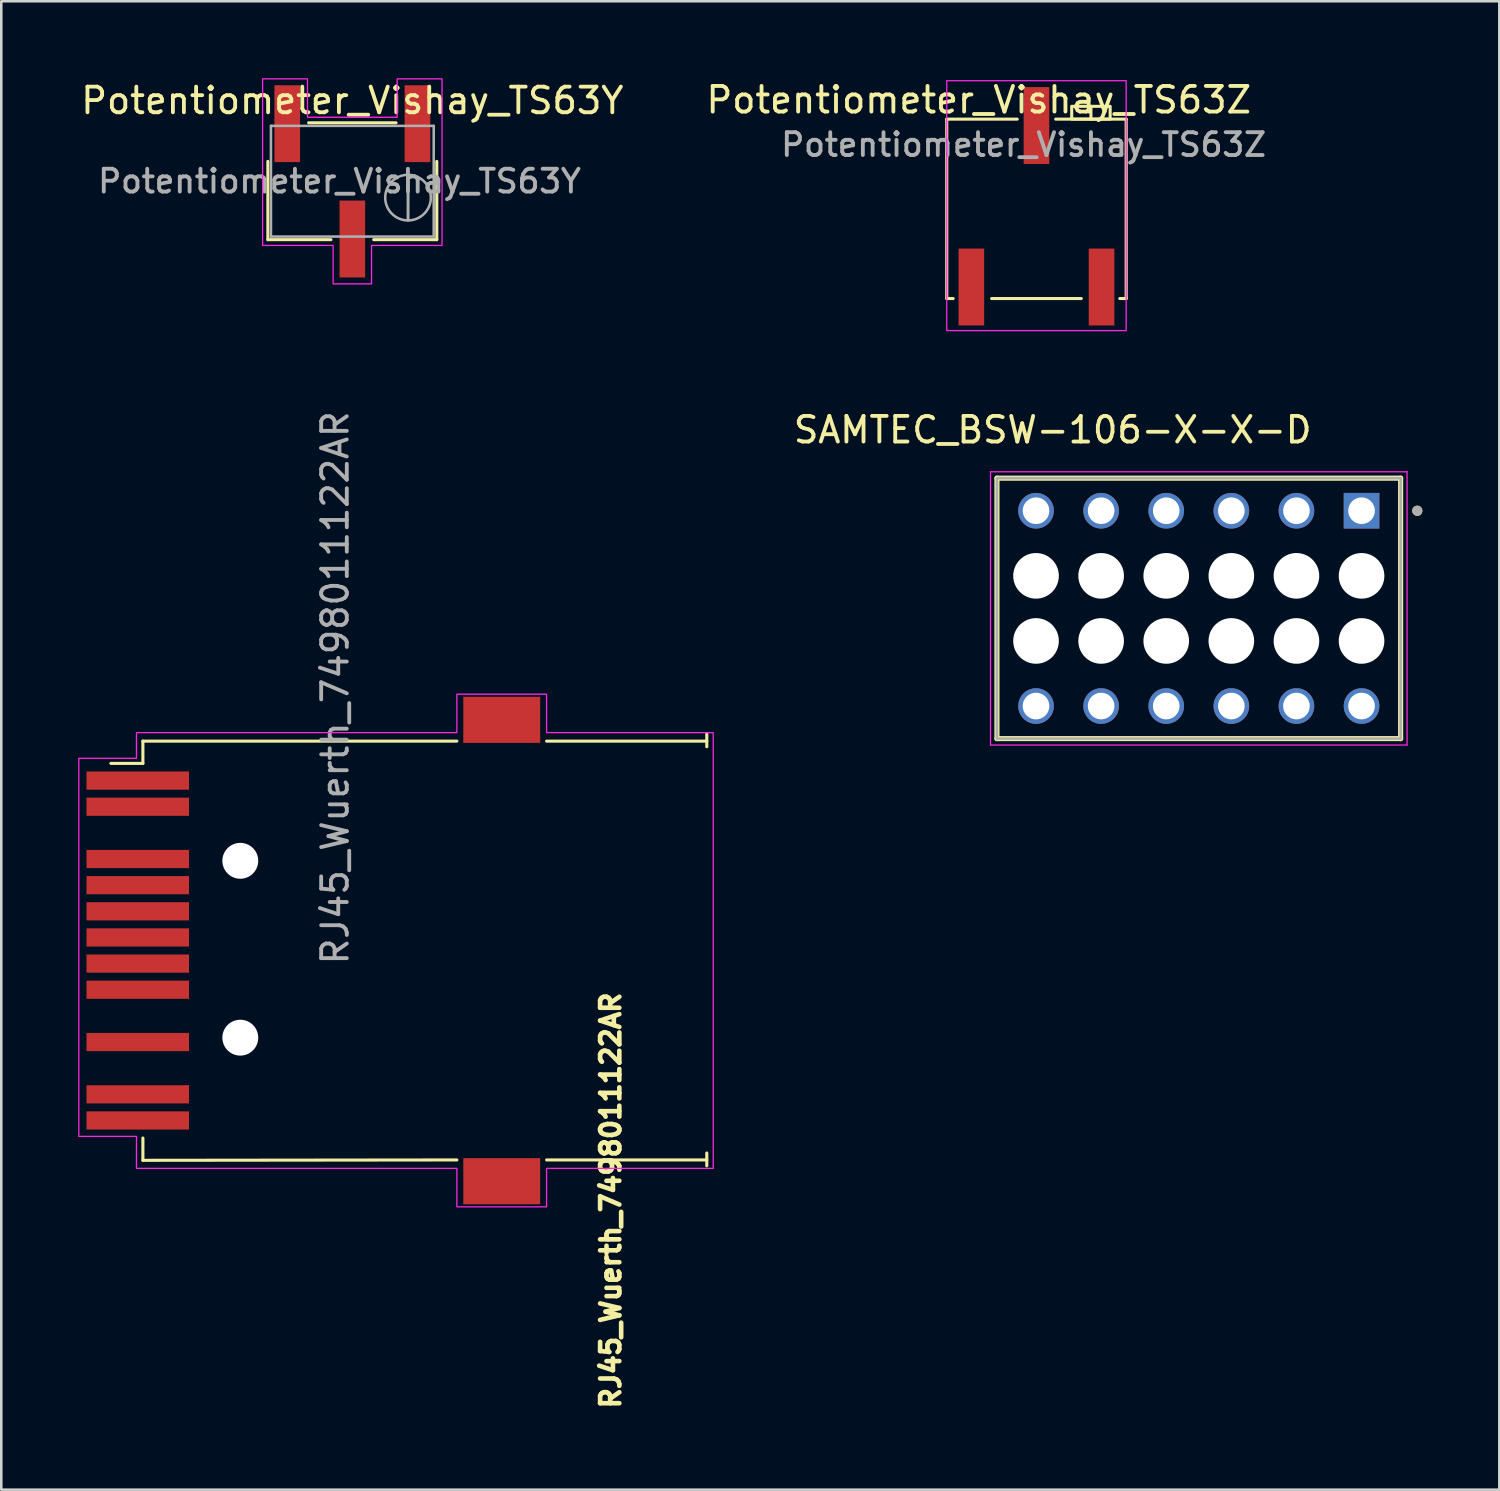
<source format=kicad_pcb>
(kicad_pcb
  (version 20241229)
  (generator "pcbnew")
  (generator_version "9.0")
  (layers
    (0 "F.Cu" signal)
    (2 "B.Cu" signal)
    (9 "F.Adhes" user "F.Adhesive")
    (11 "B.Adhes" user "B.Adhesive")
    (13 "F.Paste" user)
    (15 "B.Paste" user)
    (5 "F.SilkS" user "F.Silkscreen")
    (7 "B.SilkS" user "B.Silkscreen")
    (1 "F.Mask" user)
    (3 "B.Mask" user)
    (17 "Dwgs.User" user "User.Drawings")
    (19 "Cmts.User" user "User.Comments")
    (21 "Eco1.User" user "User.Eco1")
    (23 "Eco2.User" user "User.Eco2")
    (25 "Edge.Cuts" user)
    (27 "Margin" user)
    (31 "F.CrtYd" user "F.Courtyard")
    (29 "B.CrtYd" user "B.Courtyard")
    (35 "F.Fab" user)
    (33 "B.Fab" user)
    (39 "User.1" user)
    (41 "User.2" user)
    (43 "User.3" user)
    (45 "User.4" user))
  (footprint "SAMTEC_BSW-106-X-X-D"
    (layer "F.Cu")
    (at 43.72 20.686)
    (property "Reference" "SAMTEC_BSW-106-X-X-D" (at -5.7 -6.965 0) (layer "F.SilkS") (effects (font (size 1 1) (thickness 0.15))))
    (attr through_hole)
    (fp_line (start -7.875 -5.08) (end 7.875 -5.08) (stroke (width 0.2) (type solid)) (layer "F.SilkS"))
    (fp_line (start -7.875 5.08) (end -7.875 -5.08) (stroke (width 0.2) (type solid)) (layer "F.SilkS"))
    (fp_line (start 7.875 -5.08) (end 7.875 5.08) (stroke (width 0.2) (type solid)) (layer "F.SilkS"))
    (fp_line (start 7.875 5.08) (end -7.875 5.08) (stroke (width 0.2) (type solid)) (layer "F.SilkS"))
    (fp_circle (center 8.525 -3.81) (end 8.625 -3.81) (stroke (width 0.2) (type solid)) (fill no) (layer "F.SilkS"))
    (fp_line (start -8.125 -5.33) (end 8.125 -5.33) (stroke (width 0.05) (type solid)) (layer "F.CrtYd"))
    (fp_line (start -8.125 5.33) (end -8.125 -5.33) (stroke (width 0.05) (type solid)) (layer "F.CrtYd"))
    (fp_line (start 8.125 -5.33) (end 8.125 5.33) (stroke (width 0.05) (type solid)) (layer "F.CrtYd"))
    (fp_line (start 8.125 5.33) (end -8.125 5.33) (stroke (width 0.05) (type solid)) (layer "F.CrtYd"))
    (fp_line (start -7.875 -5.08) (end -7.875 5.08) (stroke (width 0.1) (type solid)) (layer "F.Fab"))
    (fp_line (start -7.875 5.08) (end 7.875 5.08) (stroke (width 0.1) (type solid)) (layer "F.Fab"))
    (fp_line (start 7.875 -5.08) (end -7.875 -5.08) (stroke (width 0.1) (type solid)) (layer "F.Fab"))
    (fp_line (start 7.875 5.08) (end 7.875 -5.08) (stroke (width 0.1) (type solid)) (layer "F.Fab"))
    (fp_circle (center 8.525 -3.81) (end 8.625 -3.81) (stroke (width 0.2) (type solid)) (fill no) (layer "F.Fab"))
    (pad "" np_thru_hole circle (at -6.35 -1.27) (size 1.78 1.78) (drill 1.78) (layers "*.Cu" "*.Mask"))
    (pad "" np_thru_hole circle (at -6.35 1.27) (size 1.78 1.78) (drill 1.78) (layers "*.Cu" "*.Mask"))
    (pad "" np_thru_hole circle (at -3.81 -1.27) (size 1.78 1.78) (drill 1.78) (layers "*.Cu" "*.Mask"))
    (pad "" np_thru_hole circle (at -3.81 1.27) (size 1.78 1.78) (drill 1.78) (layers "*.Cu" "*.Mask"))
    (pad "" np_thru_hole circle (at -1.27 -1.27) (size 1.78 1.78) (drill 1.78) (layers "*.Cu" "*.Mask"))
    (pad "" np_thru_hole circle (at -1.27 1.27) (size 1.78 1.78) (drill 1.78) (layers "*.Cu" "*.Mask"))
    (pad "" np_thru_hole circle (at 1.27 -1.27) (size 1.78 1.78) (drill 1.78) (layers "*.Cu" "*.Mask"))
    (pad "" np_thru_hole circle (at 1.27 1.27) (size 1.78 1.78) (drill 1.78) (layers "*.Cu" "*.Mask"))
    (pad "" np_thru_hole circle (at 3.81 -1.27) (size 1.78 1.78) (drill 1.78) (layers "*.Cu" "*.Mask"))
    (pad "" np_thru_hole circle (at 3.81 1.27) (size 1.78 1.78) (drill 1.78) (layers "*.Cu" "*.Mask"))
    (pad "" np_thru_hole circle (at 6.35 -1.27) (size 1.78 1.78) (drill 1.78) (layers "*.Cu" "*.Mask"))
    (pad "" np_thru_hole circle (at 6.35 1.27) (size 1.78 1.78) (drill 1.78) (layers "*.Cu" "*.Mask"))
    (pad "01" thru_hole rect (at 6.35 -3.81) (size 1.39 1.39) (drill 1.04) (layers "*.Cu" "*.Mask"))
    (pad "02" thru_hole circle (at 6.35 3.81) (size 1.39 1.39) (drill 1.04) (layers "*.Cu" "*.Mask"))
    (pad "03" thru_hole circle (at 3.81 -3.81) (size 1.39 1.39) (drill 1.04) (layers "*.Cu" "*.Mask"))
    (pad "04" thru_hole circle (at 3.81 3.81) (size 1.39 1.39) (drill 1.04) (layers "*.Cu" "*.Mask"))
    (pad "05" thru_hole circle (at 1.27 -3.81) (size 1.39 1.39) (drill 1.04) (layers "*.Cu" "*.Mask"))
    (pad "06" thru_hole circle (at 1.27 3.81) (size 1.39 1.39) (drill 1.04) (layers "*.Cu" "*.Mask"))
    (pad "07" thru_hole circle (at -1.27 -3.81) (size 1.39 1.39) (drill 1.04) (layers "*.Cu" "*.Mask"))
    (pad "08" thru_hole circle (at -1.27 3.81) (size 1.39 1.39) (drill 1.04) (layers "*.Cu" "*.Mask"))
    (pad "09" thru_hole circle (at -3.81 -3.81) (size 1.39 1.39) (drill 1.04) (layers "*.Cu" "*.Mask"))
    (pad "10" thru_hole circle (at -3.81 3.81) (size 1.39 1.39) (drill 1.04) (layers "*.Cu" "*.Mask"))
    (pad "11" thru_hole circle (at -6.35 -3.81) (size 1.39 1.39) (drill 1.04) (layers "*.Cu" "*.Mask"))
    (pad "12" thru_hole circle (at -6.35 3.81) (size 1.39 1.39) (drill 1.04) (layers "*.Cu" "*.Mask")))
  (footprint "Potentiometer_Vishay_TS63Y"
    (layer "F.Cu")
    (at 10.696 4.025)
    (property "Reference" "Potentiometer_Vishay_TS63Y" (at 0 -3.15 0) (layer "F.SilkS") (effects (font (size 1 1) (thickness 0.15))))
    (attr smd)
    (fp_line (start -3.295 -0.779) (end -3.295 2.275) (stroke (width 0.12) (type solid)) (layer "F.SilkS"))
    (fp_line (start -3.295 2.275) (end -0.835 2.275) (stroke (width 0.12) (type solid)) (layer "F.SilkS"))
    (fp_line (start -1.705 -2.285) (end 1.705 -2.285) (stroke (width 0.12) (type solid)) (layer "F.SilkS"))
    (fp_line (start 0.835 2.275) (end 3.295 2.275) (stroke (width 0.12) (type solid)) (layer "F.SilkS"))
    (fp_line (start 3.295 -0.779) (end 3.295 2.275) (stroke (width 0.12) (type solid)) (layer "F.SilkS"))
    (fp_poly (pts (xy -3.5 2.5) (xy -0.75 2.5) (xy -0.75 4) (xy 0.75 4) (xy 0.75 2.5) (xy 3.5 2.5) (xy 3.5 -4) (xy 1.75 -4) (xy 1.75 -2.5) (xy -1.75 -2.5) (xy -1.75 -4) (xy -3.5 -4)) (stroke (width 0.05) (type solid)) (fill no) (layer "F.CrtYd"))
    (fp_line (start -3.175 -2.165) (end -3.175 2.155) (stroke (width 0.1) (type solid)) (layer "F.Fab"))
    (fp_line (start -3.175 2.155) (end 3.175 2.155) (stroke (width 0.1) (type solid)) (layer "F.Fab"))
    (fp_line (start 2.173 1.517) (end 2.174 -0.246) (stroke (width 0.1) (type solid)) (layer "F.Fab"))
    (fp_line (start 2.173 1.517) (end 2.174 -0.246) (stroke (width 0.1) (type solid)) (layer "F.Fab"))
    (fp_line (start 3.175 -2.165) (end -3.175 -2.165) (stroke (width 0.1) (type solid)) (layer "F.Fab"))
    (fp_line (start 3.175 2.155) (end 3.175 -2.165) (stroke (width 0.1) (type solid)) (layer "F.Fab"))
    (fp_circle (center 2.173 0.635) (end 3.063 0.635) (stroke (width 0.1) (type solid)) (fill no) (layer "F.Fab"))
    (fp_text user "${REFERENCE}" (at -0.501 -0.005 0) (layer "F.Fab") (effects (font (size 0.89 0.89) (thickness 0.15))))
    (pad "1" smd rect (at -2.54 -2.25) (size 1 3) (layers "F.Cu" "F.Mask" "F.Paste"))
    (pad "2" smd rect (at 0 2.25) (size 1 3) (layers "F.Cu" "F.Mask" "F.Paste"))
    (pad "3" smd rect (at 2.54 -2.25) (size 1 3) (layers "F.Cu" "F.Mask" "F.Paste")))
  (footprint "Potentiometer_Vishay_TS63Z"
    (layer "F.Cu")
    (at 37.387 2.598)
    (property "Reference" "Potentiometer_Vishay_TS63Z" (at -2.25 -1.75 180) (layer "F.SilkS") (effects (font (size 1 1) (thickness 0.15))))
    (attr smd)
    (fp_line (start -3.5 -1) (end -0.75 -1) (stroke (width 0.12) (type default)) (layer "F.SilkS"))
    (fp_line (start -3.5 6) (end -3.5 -1) (stroke (width 0.12) (type default)) (layer "F.SilkS"))
    (fp_line (start -3.25 6) (end -3.5 6) (stroke (width 0.12) (type default)) (layer "F.SilkS"))
    (fp_line (start -1.75 6) (end 1.75 6) (stroke (width 0.12) (type default)) (layer "F.SilkS"))
    (fp_line (start 2.125 -1.5) (end 2.125 -1) (stroke (width 0.12) (type default)) (layer "F.SilkS"))
    (fp_line (start 3.25 6) (end 3.5 6) (stroke (width 0.12) (type default)) (layer "F.SilkS"))
    (fp_line (start 3.5 -1) (end 0.75 -1) (stroke (width 0.12) (type default)) (layer "F.SilkS"))
    (fp_line (start 3.5 6) (end 3.5 -1) (stroke (width 0.12) (type default)) (layer "F.SilkS"))
    (fp_rect (start 1.375 -1.5) (end 2.875 -1) (stroke (width 0.12) (type default)) (fill no) (layer "F.SilkS"))
    (fp_rect (start -3.5 -2.5) (end 3.5 7.25) (stroke (width 0.05) (type default)) (fill no) (layer "F.CrtYd"))
    (fp_text user "${REFERENCE}" (at -0.501 -0.005 0) (layer "F.Fab") (effects (font (size 0.89 0.89) (thickness 0.15))))
    (pad "1" smd rect (at 2.54 5.55 180) (size 1 3) (layers "F.Cu" "F.Mask" "F.Paste"))
    (pad "2" smd rect (at 0 -0.75 180) (size 1 3) (layers "F.Cu" "F.Mask" "F.Paste"))
    (pad "3" smd rect (at -2.54 5.55 180) (size 1 3) (layers "F.Cu" "F.Mask" "F.Paste")))
  (footprint "RJ45_Wuerth_7498011122AR"
    (layer "F.Cu")
    (at 10.525 34.034)
    (property "Reference" "RJ45_Wuerth_7498011122AR" (at 10.25 9.75 90) (layer "F.SilkS") (effects (font (size 0.75 0.75) (thickness 0.18))))
    (attr smd)
    (fp_rect (start 4.5 -8.18) (end 7.5 -7.63) (stroke (width 0.012) (type default)) (fill yes) (layer "F.Mask"))
    (fp_rect (start 4.5 7.63) (end 7.5 8.18) (stroke (width 0.012) (type default)) (fill yes) (layer "F.Mask"))
    (fp_line (start -8 -8.17) (end -8 -7.3) (stroke (width 0.12) (type solid)) (layer "F.SilkS"))
    (fp_line (start -8 -8.17) (end 4.25 -8.17) (stroke (width 0.12) (type solid)) (layer "F.SilkS"))
    (fp_line (start -8 -7.3) (end -9.25 -7.3) (stroke (width 0.12) (type solid)) (layer "F.SilkS"))
    (fp_line (start -8 8.185) (end -8 7.315) (stroke (width 0.12) (type solid)) (layer "F.SilkS"))
    (fp_line (start -8 8.185) (end 4.25 8.17) (stroke (width 0.12) (type solid)) (layer "F.SilkS"))
    (fp_line (start 14 -8.17) (end 7.75 -8.17) (stroke (width 0.12) (type solid)) (layer "F.SilkS"))
    (fp_line (start 14 -7.95) (end 14 -8.45) (stroke (width 0.12) (type solid)) (layer "F.SilkS"))
    (fp_line (start 14 8.17) (end 7.75 8.17) (stroke (width 0.12) (type solid)) (layer "F.SilkS"))
    (fp_line (start 14 8.4) (end 14 7.9) (stroke (width 0.12) (type solid)) (layer "F.SilkS"))
    (fp_poly (pts (xy -8.25 7.25) (xy -10.5 7.25) (xy -10.5 -7.5) (xy -8.25 -7.5) (xy -8.25 -8.5) (xy 4.25 -8.5) (xy 4.25 -10) (xy 7.75 -10) (xy 7.75 -8.5) (xy 14.25 -8.5) (xy 14.25 8.5) (xy 7.75 8.5) (xy 7.75 10) (xy 4.25 10) (xy 4.25 8.5) (xy -8.25 8.5)) (stroke (width 0.05) (type solid)) (fill no) (layer "F.CrtYd"))
    (fp_line (start 0 6.75) (end 0 -6.9) (stroke (width 0.12) (type default)) (layer "User.6"))
    (fp_line (start 1 -7.9) (end 13 -7.9) (stroke (width 0.12) (type default)) (layer "User.6"))
    (fp_line (start 13 7.9) (end 1 7.9) (stroke (width 0.12) (type default)) (layer "User.6"))
    (fp_line (start 13.993 -6.893) (end 13.993 6.893) (stroke (width 0.12) (type default)) (layer "User.6"))
    (fp_arc (start 0 -6.9) (mid 0.292893 -7.607107) (end 1 -7.9) (stroke (width 0.12) (type default)) (layer "User.6"))
    (fp_arc (start 1 7.9) (mid 0.292893 7.607107) (end 0 6.9) (stroke (width 0.12) (type default)) (layer "User.6"))
    (fp_arc (start 12.992893 -7.892893) (mid 13.7 -7.6) (end 13.992893 -6.892893) (stroke (width 0.12) (type default)) (layer "User.6"))
    (fp_arc (start 13.992893 6.892893) (mid 13.7 7.6) (end 12.992893 7.892893) (stroke (width 0.12) (type default)) (layer "User.6"))
    (fp_text user "${REFERENCE}" (at -0.5 -10.25 90) (layer "F.Fab") (effects (font (size 1 1) (thickness 0.15))))
    (pad "" np_thru_hole circle (at -4.2 -3.5) (size 1.4 1.4) (drill 1.4) (layers "*.Cu" "*.Mask"))
    (pad "" np_thru_hole circle (at -4.2 3.4) (size 1.4 1.4) (drill 1.4) (layers "*.Cu" "*.Mask"))
    (pad "1" smd rect (at -8.2 -3.57) (size 4 0.71) (layers "F.Cu" "F.Mask" "F.Paste"))
    (pad "2" smd rect (at -8.2 -2.55) (size 4 0.71) (layers "F.Cu" "F.Mask" "F.Paste"))
    (pad "3" smd rect (at -8.2 -1.53) (size 4 0.71) (layers "F.Cu" "F.Mask" "F.Paste"))
    (pad "4" smd rect (at -8.2 -0.51) (size 4 0.71) (layers "F.Cu" "F.Mask" "F.Paste"))
    (pad "5" smd rect (at -8.2 0.51) (size 4 0.71) (layers "F.Cu" "F.Mask" "F.Paste"))
    (pad "6" smd rect (at -8.2 1.53) (size 4 0.71) (layers "F.Cu" "F.Mask" "F.Paste"))
    (pad "8" smd rect (at -8.2 3.57) (size 4 0.71) (layers "F.Cu" "F.Mask" "F.Paste"))
    (pad "9" smd rect (at -8.2 5.61) (size 4 0.71) (layers "F.Cu" "F.Mask" "F.Paste"))
    (pad "10" smd rect (at -8.2 6.63) (size 4 0.71) (layers "F.Cu" "F.Mask" "F.Paste"))
    (pad "11" smd rect (at -8.2 -6.63) (size 4 0.71) (layers "F.Cu" "F.Mask" "F.Paste"))
    (pad "12" smd rect (at -8.2 -5.61) (size 4 0.71) (layers "F.Cu" "F.Mask" "F.Paste"))
    (pad "SH" connect rect (at 6 -9) (size 3 1.8) (layers "F.Cu" "F.Mask" "F.Paste"))
    (pad "SH" connect rect (at 6 9) (size 3 1.8) (layers "F.Cu" "F.Mask" "F.Paste")))
  (gr_rect
    (start -3 -3)
    (end 55.445 55.068)
    (stroke (width 0.1) (type default))
    (fill no)
    (layer "Edge.Cuts")))
</source>
